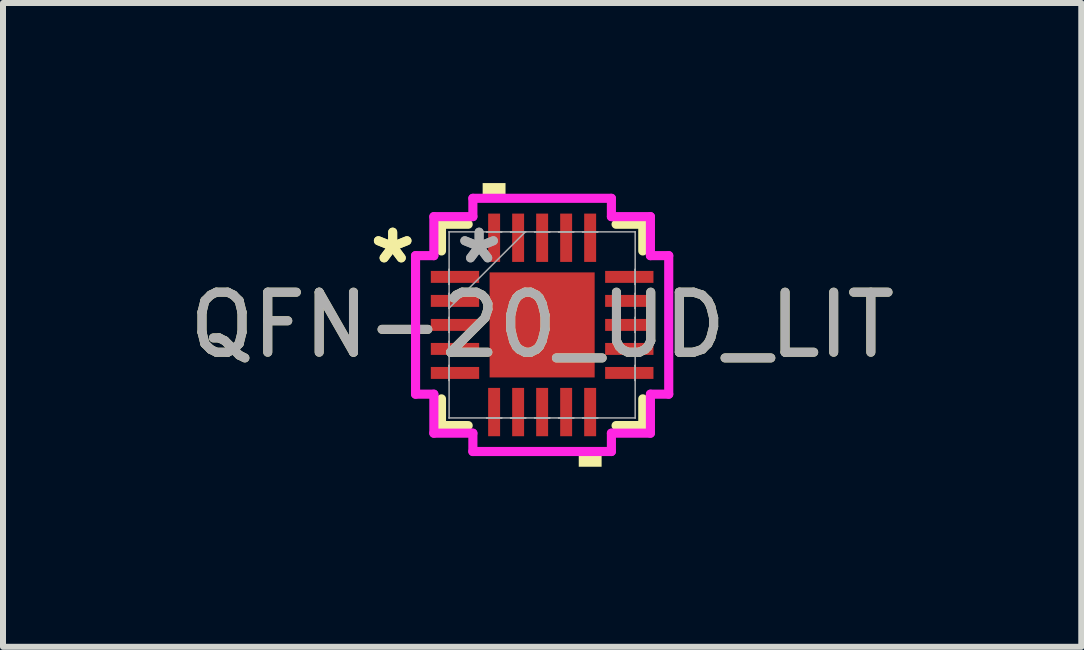
<source format=kicad_pcb>
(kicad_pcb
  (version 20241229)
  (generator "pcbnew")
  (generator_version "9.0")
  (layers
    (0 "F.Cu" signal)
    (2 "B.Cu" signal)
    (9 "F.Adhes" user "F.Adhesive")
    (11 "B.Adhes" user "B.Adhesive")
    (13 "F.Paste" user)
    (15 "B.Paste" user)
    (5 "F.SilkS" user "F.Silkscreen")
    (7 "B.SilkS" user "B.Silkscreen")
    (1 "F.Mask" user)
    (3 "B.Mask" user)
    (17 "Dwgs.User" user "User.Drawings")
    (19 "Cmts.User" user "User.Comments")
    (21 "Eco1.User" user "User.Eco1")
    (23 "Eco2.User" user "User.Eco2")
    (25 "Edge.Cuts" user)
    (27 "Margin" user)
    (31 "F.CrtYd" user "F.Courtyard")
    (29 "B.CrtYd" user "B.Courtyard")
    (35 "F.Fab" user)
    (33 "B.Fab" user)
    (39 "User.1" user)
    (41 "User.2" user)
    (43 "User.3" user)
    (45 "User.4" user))
  (footprint "QFN-20_UD_LIT"
    (layer "F.Cu")
    (at 5.982 2.363)
    (property "Reference" "QFN-20_UD_LIT" (at 0 0 0) (unlocked yes) (layer "F.SilkS") (effects (font (size 1 1) (thickness 0.15))))
    (attr smd)
    (fp_line (start -1.677 -1.677) (end -1.677 -1.232) (stroke (width 0.152) (type solid)) (layer "F.SilkS"))
    (fp_line (start -1.677 1.232) (end -1.677 1.677) (stroke (width 0.152) (type solid)) (layer "F.SilkS"))
    (fp_line (start -1.677 1.677) (end -1.232 1.677) (stroke (width 0.152) (type solid)) (layer "F.SilkS"))
    (fp_line (start -1.232 -1.677) (end -1.677 -1.677) (stroke (width 0.152) (type solid)) (layer "F.SilkS"))
    (fp_line (start 1.232 1.677) (end 1.677 1.677) (stroke (width 0.152) (type solid)) (layer "F.SilkS"))
    (fp_line (start 1.677 -1.677) (end 1.232 -1.677) (stroke (width 0.152) (type solid)) (layer "F.SilkS"))
    (fp_line (start 1.677 -1.232) (end 1.677 -1.677) (stroke (width 0.152) (type solid)) (layer "F.SilkS"))
    (fp_line (start 1.677 1.677) (end 1.677 1.232) (stroke (width 0.152) (type solid)) (layer "F.SilkS"))
    (fp_poly (pts (xy -0.991 -2.109) (xy -0.991 -2.363) (xy -0.61 -2.363) (xy -0.61 -2.109)) (stroke (width 0) (type solid)) (fill yes) (layer "F.SilkS"))
    (fp_poly (pts (xy 0.61 2.109) (xy 0.61 2.363) (xy 0.991 2.363) (xy 0.991 2.109)) (stroke (width 0) (type solid)) (fill yes) (layer "F.SilkS"))
    (fp_line (start -2.109 -1.154) (end -1.804 -1.154) (stroke (width 0.152) (type solid)) (layer "F.CrtYd"))
    (fp_line (start -2.109 1.154) (end -2.109 -1.154) (stroke (width 0.152) (type solid)) (layer "F.CrtYd"))
    (fp_line (start -1.804 -1.804) (end -1.154 -1.804) (stroke (width 0.152) (type solid)) (layer "F.CrtYd"))
    (fp_line (start -1.804 -1.154) (end -1.804 -1.804) (stroke (width 0.152) (type solid)) (layer "F.CrtYd"))
    (fp_line (start -1.804 1.154) (end -2.109 1.154) (stroke (width 0.152) (type solid)) (layer "F.CrtYd"))
    (fp_line (start -1.804 1.804) (end -1.804 1.154) (stroke (width 0.152) (type solid)) (layer "F.CrtYd"))
    (fp_line (start -1.154 -2.109) (end 1.154 -2.109) (stroke (width 0.152) (type solid)) (layer "F.CrtYd"))
    (fp_line (start -1.154 -1.804) (end -1.154 -2.109) (stroke (width 0.152) (type solid)) (layer "F.CrtYd"))
    (fp_line (start -1.154 1.804) (end -1.804 1.804) (stroke (width 0.152) (type solid)) (layer "F.CrtYd"))
    (fp_line (start -1.154 2.109) (end -1.154 1.804) (stroke (width 0.152) (type solid)) (layer "F.CrtYd"))
    (fp_line (start 1.154 -2.109) (end 1.154 -1.804) (stroke (width 0.152) (type solid)) (layer "F.CrtYd"))
    (fp_line (start 1.154 -1.804) (end 1.804 -1.804) (stroke (width 0.152) (type solid)) (layer "F.CrtYd"))
    (fp_line (start 1.154 1.804) (end 1.154 2.109) (stroke (width 0.152) (type solid)) (layer "F.CrtYd"))
    (fp_line (start 1.154 2.109) (end -1.154 2.109) (stroke (width 0.152) (type solid)) (layer "F.CrtYd"))
    (fp_line (start 1.804 -1.804) (end 1.804 -1.154) (stroke (width 0.152) (type solid)) (layer "F.CrtYd"))
    (fp_line (start 1.804 -1.154) (end 2.109 -1.154) (stroke (width 0.152) (type solid)) (layer "F.CrtYd"))
    (fp_line (start 1.804 1.154) (end 1.804 1.804) (stroke (width 0.152) (type solid)) (layer "F.CrtYd"))
    (fp_line (start 1.804 1.804) (end 1.154 1.804) (stroke (width 0.152) (type solid)) (layer "F.CrtYd"))
    (fp_line (start 2.109 -1.154) (end 2.109 1.154) (stroke (width 0.152) (type solid)) (layer "F.CrtYd"))
    (fp_line (start 2.109 1.154) (end 1.804 1.154) (stroke (width 0.152) (type solid)) (layer "F.CrtYd"))
    (fp_line (start -1.55 -1.55) (end -1.55 -1.55) (stroke (width 0.025) (type solid)) (layer "F.Fab"))
    (fp_line (start -1.55 -1.55) (end -1.55 1.55) (stroke (width 0.025) (type solid)) (layer "F.Fab"))
    (fp_line (start -1.55 -0.925) (end -1.55 -0.925) (stroke (width 0.025) (type solid)) (layer "F.Fab"))
    (fp_line (start -1.55 -0.925) (end -1.55 -0.675) (stroke (width 0.025) (type solid)) (layer "F.Fab"))
    (fp_line (start -1.55 -0.675) (end -1.55 -0.925) (stroke (width 0.025) (type solid)) (layer "F.Fab"))
    (fp_line (start -1.55 -0.675) (end -1.55 -0.675) (stroke (width 0.025) (type solid)) (layer "F.Fab"))
    (fp_line (start -1.55 -0.525) (end -1.55 -0.525) (stroke (width 0.025) (type solid)) (layer "F.Fab"))
    (fp_line (start -1.55 -0.525) (end -1.55 -0.275) (stroke (width 0.025) (type solid)) (layer "F.Fab"))
    (fp_line (start -1.55 -0.28) (end -0.28 -1.55) (stroke (width 0.025) (type solid)) (layer "F.Fab"))
    (fp_line (start -1.55 -0.275) (end -1.55 -0.525) (stroke (width 0.025) (type solid)) (layer "F.Fab"))
    (fp_line (start -1.55 -0.275) (end -1.55 -0.275) (stroke (width 0.025) (type solid)) (layer "F.Fab"))
    (fp_line (start -1.55 -0.125) (end -1.55 -0.125) (stroke (width 0.025) (type solid)) (layer "F.Fab"))
    (fp_line (start -1.55 -0.125) (end -1.55 0.125) (stroke (width 0.025) (type solid)) (layer "F.Fab"))
    (fp_line (start -1.55 0.125) (end -1.55 -0.125) (stroke (width 0.025) (type solid)) (layer "F.Fab"))
    (fp_line (start -1.55 0.125) (end -1.55 0.125) (stroke (width 0.025) (type solid)) (layer "F.Fab"))
    (fp_line (start -1.55 0.275) (end -1.55 0.275) (stroke (width 0.025) (type solid)) (layer "F.Fab"))
    (fp_line (start -1.55 0.275) (end -1.55 0.525) (stroke (width 0.025) (type solid)) (layer "F.Fab"))
    (fp_line (start -1.55 0.525) (end -1.55 0.275) (stroke (width 0.025) (type solid)) (layer "F.Fab"))
    (fp_line (start -1.55 0.525) (end -1.55 0.525) (stroke (width 0.025) (type solid)) (layer "F.Fab"))
    (fp_line (start -1.55 0.675) (end -1.55 0.675) (stroke (width 0.025) (type solid)) (layer "F.Fab"))
    (fp_line (start -1.55 0.675) (end -1.55 0.925) (stroke (width 0.025) (type solid)) (layer "F.Fab"))
    (fp_line (start -1.55 0.925) (end -1.55 0.675) (stroke (width 0.025) (type solid)) (layer "F.Fab"))
    (fp_line (start -1.55 0.925) (end -1.55 0.925) (stroke (width 0.025) (type solid)) (layer "F.Fab"))
    (fp_line (start -1.55 1.55) (end -1.55 1.55) (stroke (width 0.025) (type solid)) (layer "F.Fab"))
    (fp_line (start -1.55 1.55) (end 1.55 1.55) (stroke (width 0.025) (type solid)) (layer "F.Fab"))
    (fp_line (start -0.925 -1.55) (end -0.925 -1.55) (stroke (width 0.025) (type solid)) (layer "F.Fab"))
    (fp_line (start -0.925 -1.55) (end -0.675 -1.55) (stroke (width 0.025) (type solid)) (layer "F.Fab"))
    (fp_line (start -0.925 1.55) (end -0.925 1.55) (stroke (width 0.025) (type solid)) (layer "F.Fab"))
    (fp_line (start -0.925 1.55) (end -0.675 1.55) (stroke (width 0.025) (type solid)) (layer "F.Fab"))
    (fp_line (start -0.675 -1.55) (end -0.925 -1.55) (stroke (width 0.025) (type solid)) (layer "F.Fab"))
    (fp_line (start -0.675 -1.55) (end -0.675 -1.55) (stroke (width 0.025) (type solid)) (layer "F.Fab"))
    (fp_line (start -0.675 1.55) (end -0.925 1.55) (stroke (width 0.025) (type solid)) (layer "F.Fab"))
    (fp_line (start -0.675 1.55) (end -0.675 1.55) (stroke (width 0.025) (type solid)) (layer "F.Fab"))
    (fp_line (start -0.525 -1.55) (end -0.525 -1.55) (stroke (width 0.025) (type solid)) (layer "F.Fab"))
    (fp_line (start -0.525 -1.55) (end -0.275 -1.55) (stroke (width 0.025) (type solid)) (layer "F.Fab"))
    (fp_line (start -0.525 1.55) (end -0.525 1.55) (stroke (width 0.025) (type solid)) (layer "F.Fab"))
    (fp_line (start -0.525 1.55) (end -0.275 1.55) (stroke (width 0.025) (type solid)) (layer "F.Fab"))
    (fp_line (start -0.275 -1.55) (end -0.525 -1.55) (stroke (width 0.025) (type solid)) (layer "F.Fab"))
    (fp_line (start -0.275 -1.55) (end -0.275 -1.55) (stroke (width 0.025) (type solid)) (layer "F.Fab"))
    (fp_line (start -0.275 1.55) (end -0.525 1.55) (stroke (width 0.025) (type solid)) (layer "F.Fab"))
    (fp_line (start -0.275 1.55) (end -0.275 1.55) (stroke (width 0.025) (type solid)) (layer "F.Fab"))
    (fp_line (start -0.125 -1.55) (end -0.125 -1.55) (stroke (width 0.025) (type solid)) (layer "F.Fab"))
    (fp_line (start -0.125 -1.55) (end 0.125 -1.55) (stroke (width 0.025) (type solid)) (layer "F.Fab"))
    (fp_line (start -0.125 1.55) (end -0.125 1.55) (stroke (width 0.025) (type solid)) (layer "F.Fab"))
    (fp_line (start -0.125 1.55) (end 0.125 1.55) (stroke (width 0.025) (type solid)) (layer "F.Fab"))
    (fp_line (start 0.125 -1.55) (end -0.125 -1.55) (stroke (width 0.025) (type solid)) (layer "F.Fab"))
    (fp_line (start 0.125 -1.55) (end 0.125 -1.55) (stroke (width 0.025) (type solid)) (layer "F.Fab"))
    (fp_line (start 0.125 1.55) (end -0.125 1.55) (stroke (width 0.025) (type solid)) (layer "F.Fab"))
    (fp_line (start 0.125 1.55) (end 0.125 1.55) (stroke (width 0.025) (type solid)) (layer "F.Fab"))
    (fp_line (start 0.275 -1.55) (end 0.275 -1.55) (stroke (width 0.025) (type solid)) (layer "F.Fab"))
    (fp_line (start 0.275 -1.55) (end 0.525 -1.55) (stroke (width 0.025) (type solid)) (layer "F.Fab"))
    (fp_line (start 0.275 1.55) (end 0.275 1.55) (stroke (width 0.025) (type solid)) (layer "F.Fab"))
    (fp_line (start 0.275 1.55) (end 0.525 1.55) (stroke (width 0.025) (type solid)) (layer "F.Fab"))
    (fp_line (start 0.525 -1.55) (end 0.275 -1.55) (stroke (width 0.025) (type solid)) (layer "F.Fab"))
    (fp_line (start 0.525 -1.55) (end 0.525 -1.55) (stroke (width 0.025) (type solid)) (layer "F.Fab"))
    (fp_line (start 0.525 1.55) (end 0.275 1.55) (stroke (width 0.025) (type solid)) (layer "F.Fab"))
    (fp_line (start 0.525 1.55) (end 0.525 1.55) (stroke (width 0.025) (type solid)) (layer "F.Fab"))
    (fp_line (start 0.675 -1.55) (end 0.675 -1.55) (stroke (width 0.025) (type solid)) (layer "F.Fab"))
    (fp_line (start 0.675 -1.55) (end 0.925 -1.55) (stroke (width 0.025) (type solid)) (layer "F.Fab"))
    (fp_line (start 0.675 1.55) (end 0.675 1.55) (stroke (width 0.025) (type solid)) (layer "F.Fab"))
    (fp_line (start 0.675 1.55) (end 0.925 1.55) (stroke (width 0.025) (type solid)) (layer "F.Fab"))
    (fp_line (start 0.925 -1.55) (end 0.675 -1.55) (stroke (width 0.025) (type solid)) (layer "F.Fab"))
    (fp_line (start 0.925 -1.55) (end 0.925 -1.55) (stroke (width 0.025) (type solid)) (layer "F.Fab"))
    (fp_line (start 0.925 1.55) (end 0.675 1.55) (stroke (width 0.025) (type solid)) (layer "F.Fab"))
    (fp_line (start 0.925 1.55) (end 0.925 1.55) (stroke (width 0.025) (type solid)) (layer "F.Fab"))
    (fp_line (start 1.55 -1.55) (end -1.55 -1.55) (stroke (width 0.025) (type solid)) (layer "F.Fab"))
    (fp_line (start 1.55 -1.55) (end 1.55 -1.55) (stroke (width 0.025) (type solid)) (layer "F.Fab"))
    (fp_line (start 1.55 -0.925) (end 1.55 -0.925) (stroke (width 0.025) (type solid)) (layer "F.Fab"))
    (fp_line (start 1.55 -0.925) (end 1.55 -0.675) (stroke (width 0.025) (type solid)) (layer "F.Fab"))
    (fp_line (start 1.55 -0.675) (end 1.55 -0.925) (stroke (width 0.025) (type solid)) (layer "F.Fab"))
    (fp_line (start 1.55 -0.675) (end 1.55 -0.675) (stroke (width 0.025) (type solid)) (layer "F.Fab"))
    (fp_line (start 1.55 -0.525) (end 1.55 -0.525) (stroke (width 0.025) (type solid)) (layer "F.Fab"))
    (fp_line (start 1.55 -0.525) (end 1.55 -0.275) (stroke (width 0.025) (type solid)) (layer "F.Fab"))
    (fp_line (start 1.55 -0.275) (end 1.55 -0.525) (stroke (width 0.025) (type solid)) (layer "F.Fab"))
    (fp_line (start 1.55 -0.275) (end 1.55 -0.275) (stroke (width 0.025) (type solid)) (layer "F.Fab"))
    (fp_line (start 1.55 -0.125) (end 1.55 -0.125) (stroke (width 0.025) (type solid)) (layer "F.Fab"))
    (fp_line (start 1.55 -0.125) (end 1.55 0.125) (stroke (width 0.025) (type solid)) (layer "F.Fab"))
    (fp_line (start 1.55 0.125) (end 1.55 -0.125) (stroke (width 0.025) (type solid)) (layer "F.Fab"))
    (fp_line (start 1.55 0.125) (end 1.55 0.125) (stroke (width 0.025) (type solid)) (layer "F.Fab"))
    (fp_line (start 1.55 0.275) (end 1.55 0.275) (stroke (width 0.025) (type solid)) (layer "F.Fab"))
    (fp_line (start 1.55 0.275) (end 1.55 0.525) (stroke (width 0.025) (type solid)) (layer "F.Fab"))
    (fp_line (start 1.55 0.525) (end 1.55 0.275) (stroke (width 0.025) (type solid)) (layer "F.Fab"))
    (fp_line (start 1.55 0.525) (end 1.55 0.525) (stroke (width 0.025) (type solid)) (layer "F.Fab"))
    (fp_line (start 1.55 0.675) (end 1.55 0.675) (stroke (width 0.025) (type solid)) (layer "F.Fab"))
    (fp_line (start 1.55 0.675) (end 1.55 0.925) (stroke (width 0.025) (type solid)) (layer "F.Fab"))
    (fp_line (start 1.55 0.925) (end 1.55 0.675) (stroke (width 0.025) (type solid)) (layer "F.Fab"))
    (fp_line (start 1.55 0.925) (end 1.55 0.925) (stroke (width 0.025) (type solid)) (layer "F.Fab"))
    (fp_line (start 1.55 1.55) (end 1.55 -1.55) (stroke (width 0.025) (type solid)) (layer "F.Fab"))
    (fp_line (start 1.55 1.55) (end 1.55 1.55) (stroke (width 0.025) (type solid)) (layer "F.Fab"))
    (fp_text user "*" (at -2.49 -1 0) (unlocked yes) (layer "F.SilkS") (effects (font (size 1 1) (thickness 0.15))))
    (fp_text user "*" (at -2.49 -1 0) (layer "F.SilkS") (effects (font (size 1 1) (thickness 0.15))))
    (fp_text user "*" (at -1.05 -1 0) (layer "F.Fab") (effects (font (size 1 1) (thickness 0.15))))
    (fp_text user "${REFERENCE}" (at 0 0 0) (unlocked yes) (layer "F.Fab") (effects (font (size 1 1) (thickness 0.15))))
    (fp_text user "*" (at -1.05 -1 0) (unlocked yes) (layer "F.Fab") (effects (font (size 1 1) (thickness 0.15))))
    (pad "1" smd rect (at -1.452 -0.8 90) (size 0.199 0.805) (layers "F.Cu" "F.Mask" "F.Paste"))
    (pad "2" smd rect (at -1.452 -0.4 90) (size 0.199 0.805) (layers "F.Cu" "F.Mask" "F.Paste"))
    (pad "3" smd rect (at -1.452 0 90) (size 0.199 0.805) (layers "F.Cu" "F.Mask" "F.Paste"))
    (pad "4" smd rect (at -1.452 0.4 90) (size 0.199 0.805) (layers "F.Cu" "F.Mask" "F.Paste"))
    (pad "5" smd rect (at -1.452 0.8 90) (size 0.199 0.805) (layers "F.Cu" "F.Mask" "F.Paste"))
    (pad "6" smd rect (at -0.8 1.452) (size 0.199 0.805) (layers "F.Cu" "F.Mask" "F.Paste"))
    (pad "7" smd rect (at -0.4 1.452) (size 0.199 0.805) (layers "F.Cu" "F.Mask" "F.Paste"))
    (pad "8" smd rect (at 0 1.452) (size 0.199 0.805) (layers "F.Cu" "F.Mask" "F.Paste"))
    (pad "9" smd rect (at 0.4 1.452) (size 0.199 0.805) (layers "F.Cu" "F.Mask" "F.Paste"))
    (pad "10" smd rect (at 0.8 1.452) (size 0.199 0.805) (layers "F.Cu" "F.Mask" "F.Paste"))
    (pad "11" smd rect (at 1.452 0.8 90) (size 0.199 0.805) (layers "F.Cu" "F.Mask" "F.Paste"))
    (pad "12" smd rect (at 1.452 0.4 90) (size 0.199 0.805) (layers "F.Cu" "F.Mask" "F.Paste"))
    (pad "13" smd rect (at 1.452 0 90) (size 0.199 0.805) (layers "F.Cu" "F.Mask" "F.Paste"))
    (pad "14" smd rect (at 1.452 -0.4 90) (size 0.199 0.805) (layers "F.Cu" "F.Mask" "F.Paste"))
    (pad "15" smd rect (at 1.452 -0.8 90) (size 0.199 0.805) (layers "F.Cu" "F.Mask" "F.Paste"))
    (pad "16" smd rect (at 0.8 -1.452) (size 0.199 0.805) (layers "F.Cu" "F.Mask" "F.Paste"))
    (pad "17" smd rect (at 0.4 -1.452) (size 0.199 0.805) (layers "F.Cu" "F.Mask" "F.Paste"))
    (pad "18" smd rect (at 0 -1.452) (size 0.199 0.805) (layers "F.Cu" "F.Mask" "F.Paste"))
    (pad "19" smd rect (at -0.4 -1.452) (size 0.199 0.805) (layers "F.Cu" "F.Mask" "F.Paste"))
    (pad "20" smd rect (at -0.8 -1.452) (size 0.199 0.805) (layers "F.Cu" "F.Mask" "F.Paste"))
    (pad "21" smd rect (at 0 0) (size 1.75 1.75) (layers "F.Cu" "F.Mask" "F.Paste")))
  (gr_rect
    (start -3 -3)
    (end 14.964 7.726)
    (stroke (width 0.1) (type default))
    (fill no)
    (layer "Edge.Cuts")))
</source>
